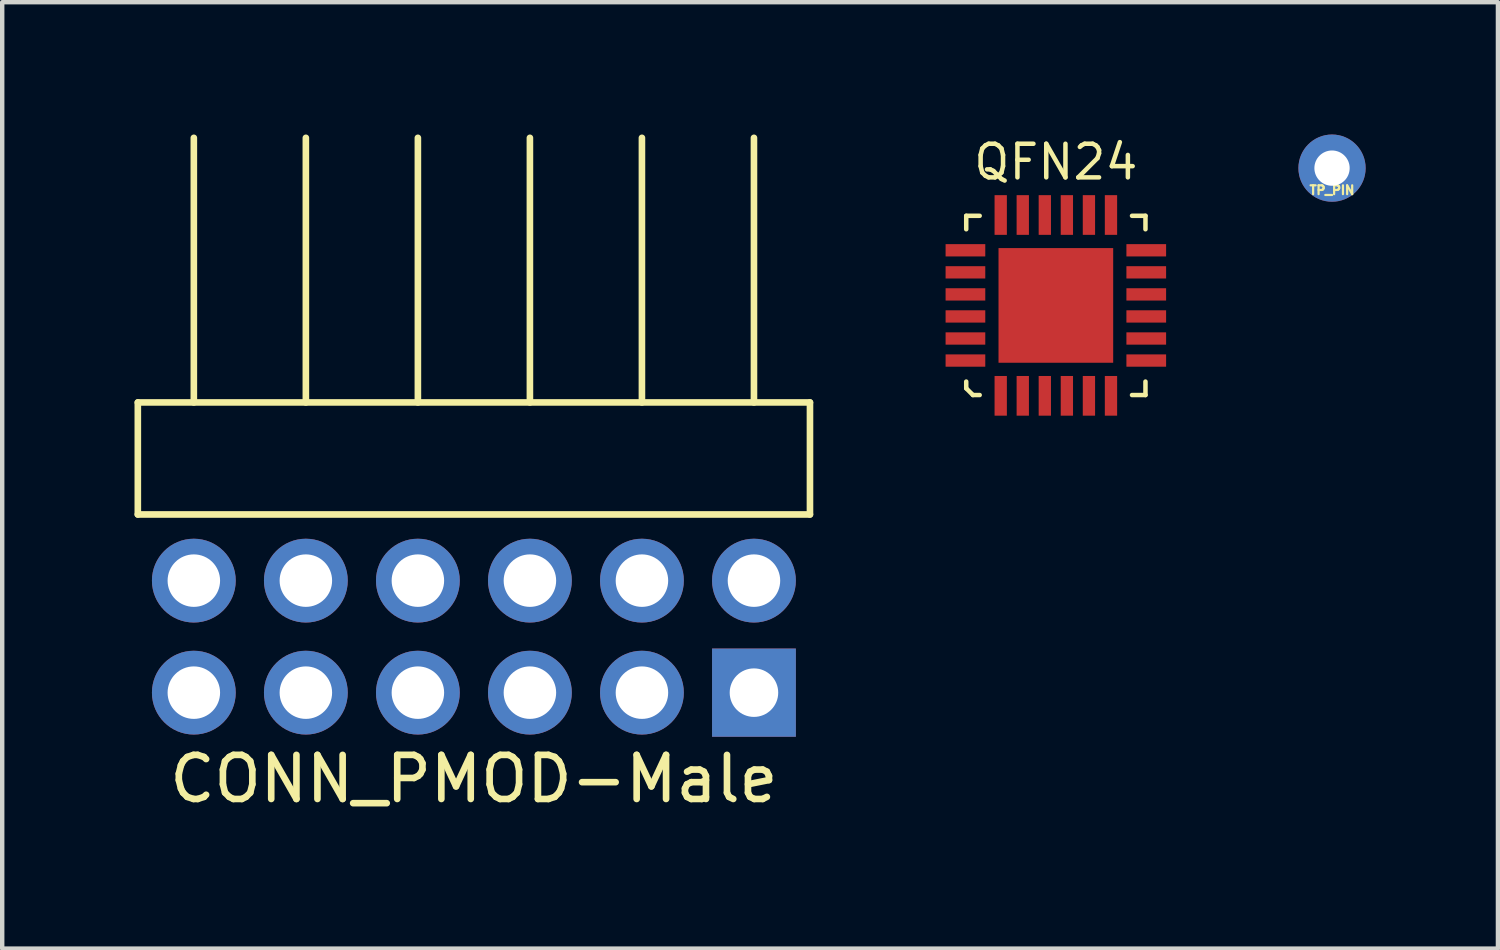
<source format=kicad_pcb>
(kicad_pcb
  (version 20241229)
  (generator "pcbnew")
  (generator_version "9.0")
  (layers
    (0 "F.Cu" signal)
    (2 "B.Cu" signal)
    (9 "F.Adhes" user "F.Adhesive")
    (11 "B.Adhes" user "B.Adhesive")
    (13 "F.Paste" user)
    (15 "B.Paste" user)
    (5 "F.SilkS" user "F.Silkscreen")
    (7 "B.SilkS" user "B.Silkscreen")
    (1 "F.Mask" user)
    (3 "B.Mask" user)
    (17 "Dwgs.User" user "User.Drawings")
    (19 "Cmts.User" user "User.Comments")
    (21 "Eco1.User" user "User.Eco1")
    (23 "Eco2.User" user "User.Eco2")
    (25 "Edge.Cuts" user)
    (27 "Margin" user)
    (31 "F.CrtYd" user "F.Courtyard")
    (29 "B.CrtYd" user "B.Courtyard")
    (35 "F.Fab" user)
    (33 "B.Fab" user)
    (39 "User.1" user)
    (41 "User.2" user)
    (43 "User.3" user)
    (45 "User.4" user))
  (footprint "QFN24"
    (layer "F.Cu")
    (at 20.89 3.875)
    (property "Reference" "QFN24" (at 0 -3.251 0) (layer "F.SilkS") (effects (font (size 0.762 0.762) (thickness 0.102))))
    (attr smd)
    (fp_line (start -2.032 -2.032) (end -2.032 -1.727) (stroke (width 0.102) (type solid)) (layer "F.SilkS"))
    (fp_line (start -2.032 -2.032) (end -1.727 -2.032) (stroke (width 0.102) (type solid)) (layer "F.SilkS"))
    (fp_line (start -2.032 1.727) (end -2.032 1.88) (stroke (width 0.102) (type solid)) (layer "F.SilkS"))
    (fp_line (start -2.032 1.88) (end -1.88 2.032) (stroke (width 0.102) (type solid)) (layer "F.SilkS"))
    (fp_line (start -1.88 2.032) (end -1.727 2.032) (stroke (width 0.102) (type solid)) (layer "F.SilkS"))
    (fp_line (start 2.032 -2.032) (end 1.727 -2.032) (stroke (width 0.102) (type solid)) (layer "F.SilkS"))
    (fp_line (start 2.032 -2.032) (end 2.032 -1.727) (stroke (width 0.102) (type solid)) (layer "F.SilkS"))
    (fp_line (start 2.032 2.032) (end 1.727 2.032) (stroke (width 0.102) (type solid)) (layer "F.SilkS"))
    (fp_line (start 2.032 2.032) (end 2.032 1.727) (stroke (width 0.102) (type solid)) (layer "F.SilkS"))
    (pad "1" smd rect (at -1.25 2.05) (size 0.279 0.9) (layers "F.Cu" "F.Mask" "F.Paste"))
    (pad "2" smd rect (at -0.75 2.05) (size 0.279 0.9) (layers "F.Cu" "F.Mask" "F.Paste"))
    (pad "3" smd rect (at -0.25 2.05) (size 0.279 0.9) (layers "F.Cu" "F.Mask" "F.Paste"))
    (pad "4" smd rect (at 0.25 2.05) (size 0.279 0.9) (layers "F.Cu" "F.Mask" "F.Paste"))
    (pad "5" smd rect (at 0.75 2.05) (size 0.279 0.9) (layers "F.Cu" "F.Mask" "F.Paste"))
    (pad "6" smd rect (at 1.25 2.05) (size 0.279 0.9) (layers "F.Cu" "F.Mask" "F.Paste"))
    (pad "7" smd rect (at 2.05 1.25 90) (size 0.279 0.9) (layers "F.Cu" "F.Mask" "F.Paste"))
    (pad "8" smd rect (at 2.05 0.75 90) (size 0.279 0.9) (layers "F.Cu" "F.Mask" "F.Paste"))
    (pad "9" smd rect (at 2.05 0.25 90) (size 0.279 0.9) (layers "F.Cu" "F.Mask" "F.Paste"))
    (pad "10" smd rect (at 2.05 -0.25 90) (size 0.279 0.9) (layers "F.Cu" "F.Mask" "F.Paste"))
    (pad "11" smd rect (at 2.05 -0.75 90) (size 0.279 0.9) (layers "F.Cu" "F.Mask" "F.Paste"))
    (pad "12" smd rect (at 2.05 -1.25 90) (size 0.279 0.9) (layers "F.Cu" "F.Mask" "F.Paste"))
    (pad "13" smd rect (at 1.25 -2.05 180) (size 0.279 0.9) (layers "F.Cu" "F.Mask" "F.Paste"))
    (pad "14" smd rect (at 0.75 -2.05 180) (size 0.279 0.9) (layers "F.Cu" "F.Mask" "F.Paste"))
    (pad "15" smd rect (at 0.25 -2.05 180) (size 0.279 0.9) (layers "F.Cu" "F.Mask" "F.Paste"))
    (pad "16" smd rect (at -0.25 -2.05 180) (size 0.279 0.9) (layers "F.Cu" "F.Mask" "F.Paste"))
    (pad "17" smd rect (at -0.75 -2.05 180) (size 0.279 0.9) (layers "F.Cu" "F.Mask" "F.Paste"))
    (pad "18" smd rect (at -1.25 -2.05 180) (size 0.279 0.9) (layers "F.Cu" "F.Mask" "F.Paste"))
    (pad "19" smd rect (at -2.05 -1.25 270) (size 0.279 0.9) (layers "F.Cu" "F.Mask" "F.Paste"))
    (pad "20" smd rect (at -2.05 -0.75 270) (size 0.279 0.9) (layers "F.Cu" "F.Mask" "F.Paste"))
    (pad "21" smd rect (at -2.05 -0.25 270) (size 0.279 0.9) (layers "F.Cu" "F.Mask" "F.Paste"))
    (pad "22" smd rect (at -2.05 0.25 270) (size 0.279 0.9) (layers "F.Cu" "F.Mask" "F.Paste"))
    (pad "23" smd rect (at -2.05 0.75 270) (size 0.279 0.9) (layers "F.Cu" "F.Mask" "F.Paste"))
    (pad "24" smd rect (at -2.05 1.25 270) (size 0.279 0.9) (layers "F.Cu" "F.Mask" "F.Paste"))
    (pad "PAD" smd rect (at 0 0) (size 2.6 2.6) (layers "F.Cu" "F.Mask" "F.Paste")))
  (footprint "TP_PIN"
    (layer "F.Cu")
    (at 27.152 0.762)
    (property "Reference" "TP_PIN" (at 0 0.5 0) (layer "F.SilkS") (effects (font (size 0.2 0.2) (thickness 0.05))))
    (attr through_hole)
    (pad "1" thru_hole circle (at 0 0) (size 1.524 1.524) (drill 0.8) (layers "*.Cu" "*.Mask")))
  (footprint "CONN_PMOD-Male"
    (layer "F.Cu")
    (at 7.695 10.115)
    (property "Reference" "CONN_PMOD-Male" (at 0 4.496 0) (layer "F.SilkS") (effects (font (size 1 1) (thickness 0.15))))
    (attr through_hole)
    (fp_line (start -7.62 -1.5) (end -7.62 -4.04) (stroke (width 0.15) (type solid)) (layer "F.SilkS"))
    (fp_line (start -7.62 -1.5) (end 7.62 -1.5) (stroke (width 0.15) (type solid)) (layer "F.SilkS"))
    (fp_line (start -6.35 -10.04) (end -6.35 -4.04) (stroke (width 0.15) (type solid)) (layer "F.SilkS"))
    (fp_line (start -3.81 -10.04) (end -3.81 -4.04) (stroke (width 0.15) (type solid)) (layer "F.SilkS"))
    (fp_line (start -1.27 -10.04) (end -1.27 -4.04) (stroke (width 0.15) (type solid)) (layer "F.SilkS"))
    (fp_line (start 1.27 -10.04) (end 1.27 -4.04) (stroke (width 0.15) (type solid)) (layer "F.SilkS"))
    (fp_line (start 3.81 -10.04) (end 3.81 -4.04) (stroke (width 0.15) (type solid)) (layer "F.SilkS"))
    (fp_line (start 6.35 -10.04) (end 6.35 -4.04) (stroke (width 0.15) (type solid)) (layer "F.SilkS"))
    (fp_line (start 7.62 -4.04) (end -7.62 -4.04) (stroke (width 0.15) (type solid)) (layer "F.SilkS"))
    (fp_line (start 7.62 -1.5) (end 7.62 -4.04) (stroke (width 0.15) (type solid)) (layer "F.SilkS"))
    (pad "1" thru_hole rect (at 6.35 2.54) (size 1.9 2) (drill 1.1) (layers "*.Cu" "*.Mask"))
    (pad "2" thru_hole circle (at 3.81 2.54) (size 1.9 1.9) (drill 1.19) (layers "*.Cu" "*.Mask"))
    (pad "3" thru_hole circle (at 1.27 2.54) (size 1.9 1.9) (drill 1.19) (layers "*.Cu" "*.Mask"))
    (pad "4" thru_hole circle (at -1.27 2.54) (size 1.9 1.9) (drill 1.19) (layers "*.Cu" "*.Mask"))
    (pad "5" thru_hole circle (at -3.81 2.54) (size 1.9 1.9) (drill 1.19) (layers "*.Cu" "*.Mask"))
    (pad "6" thru_hole circle (at -6.35 2.54) (size 1.9 1.9) (drill 1.19) (layers "*.Cu" "*.Mask"))
    (pad "7" thru_hole circle (at 6.35 0) (size 1.9 1.9) (drill 1.19) (layers "*.Cu" "*.Mask"))
    (pad "8" thru_hole circle (at 3.81 0) (size 1.9 1.9) (drill 1.19) (layers "*.Cu" "*.Mask"))
    (pad "9" thru_hole circle (at 1.27 0) (size 1.9 1.9) (drill 1.19) (layers "*.Cu" "*.Mask"))
    (pad "10" thru_hole circle (at -1.27 0) (size 1.9 1.9) (drill 1.19) (layers "*.Cu" "*.Mask"))
    (pad "11" thru_hole circle (at -3.81 0) (size 1.9 1.9) (drill 1.19) (layers "*.Cu" "*.Mask"))
    (pad "12" thru_hole circle (at -6.35 0) (size 1.9 1.9) (drill 1.19) (layers "*.Cu" "*.Mask")))
  (gr_rect
    (start -3 -3)
    (end 30.914 18.459)
    (stroke (width 0.1) (type default))
    (fill no)
    (layer "Edge.Cuts")))
</source>
